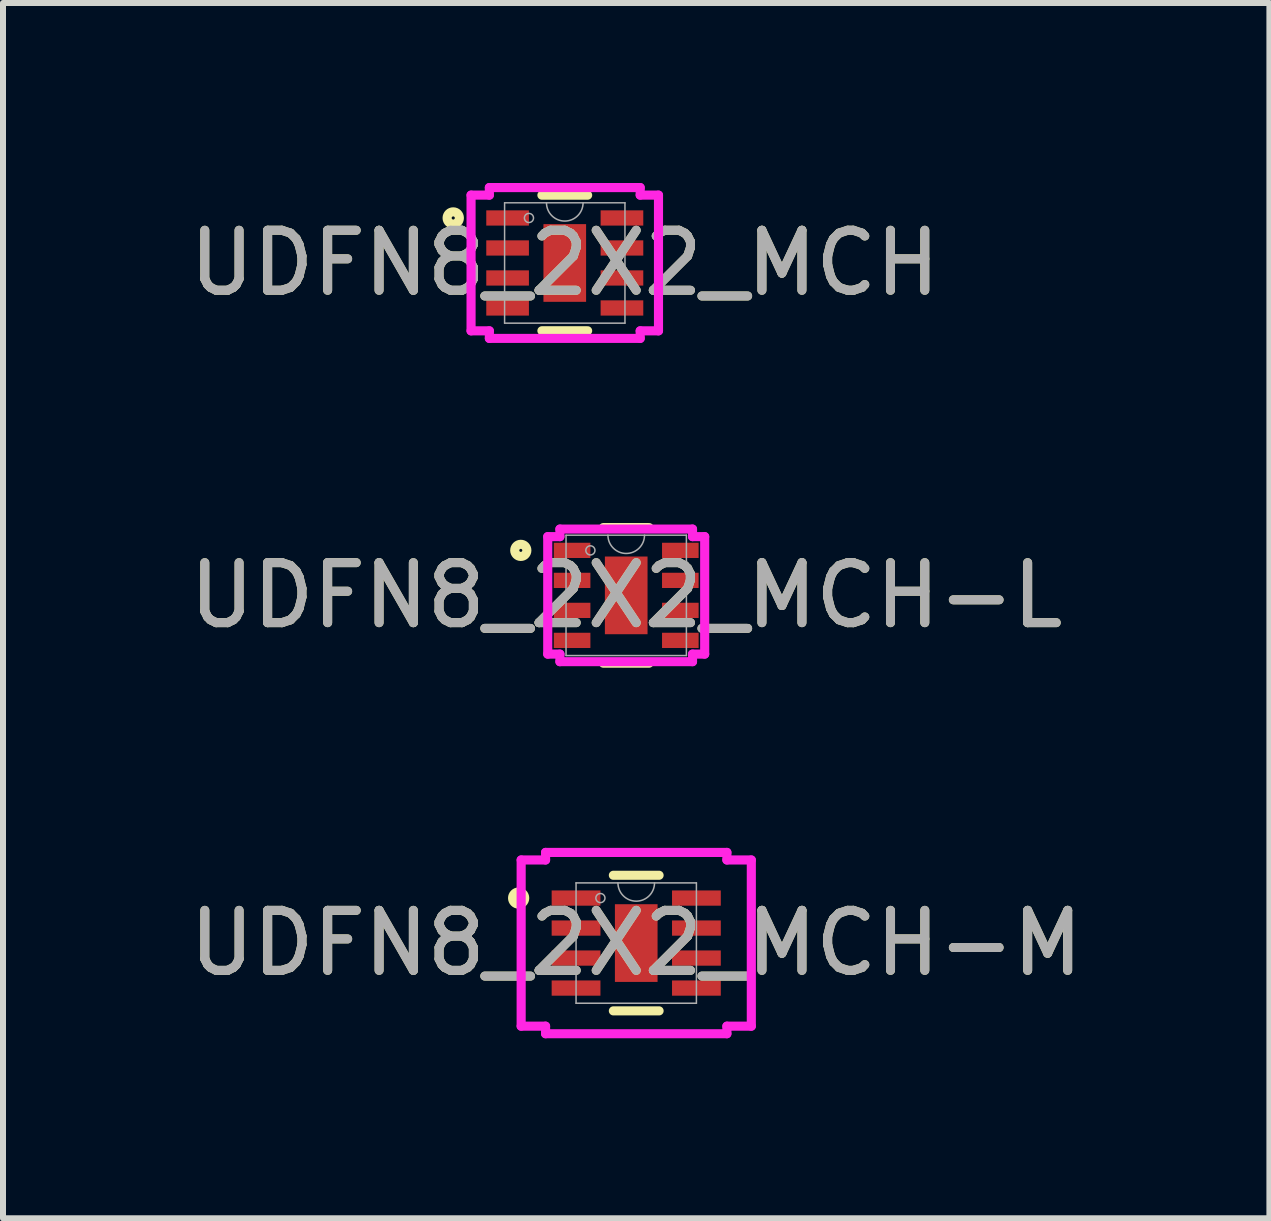
<source format=kicad_pcb>
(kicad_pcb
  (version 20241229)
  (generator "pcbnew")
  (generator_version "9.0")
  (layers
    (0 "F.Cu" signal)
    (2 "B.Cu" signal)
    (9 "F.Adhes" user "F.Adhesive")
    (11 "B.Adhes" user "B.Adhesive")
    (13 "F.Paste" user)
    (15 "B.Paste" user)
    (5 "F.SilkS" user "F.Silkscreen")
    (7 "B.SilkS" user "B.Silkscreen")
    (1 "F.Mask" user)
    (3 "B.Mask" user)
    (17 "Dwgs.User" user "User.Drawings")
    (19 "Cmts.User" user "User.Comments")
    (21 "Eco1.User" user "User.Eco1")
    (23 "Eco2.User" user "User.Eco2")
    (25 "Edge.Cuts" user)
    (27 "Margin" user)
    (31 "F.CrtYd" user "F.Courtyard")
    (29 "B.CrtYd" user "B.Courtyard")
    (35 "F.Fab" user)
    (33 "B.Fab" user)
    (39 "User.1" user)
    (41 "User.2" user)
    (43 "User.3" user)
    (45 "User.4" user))
  (footprint "UDFN8_2X2_MCH"
    (layer "F.Cu")
    (at 6.363 1.333)
    (property "Reference" "UDFN8_2X2_MCH" (at 0 0 0) (unlocked yes) (layer "F.SilkS") (effects (font (size 1 1) (thickness 0.15))))
    (attr smd)
    (fp_line (start -0.381 1.13) (end 0.381 1.13) (stroke (width 0.152) (type solid)) (layer "F.SilkS"))
    (fp_line (start 0.381 -1.13) (end -0.381 -1.13) (stroke (width 0.152) (type solid)) (layer "F.SilkS"))
    (fp_circle (center -1.859 -0.75) (end -1.757 -0.75) (stroke (width 0.152) (type solid)) (fill no) (layer "F.SilkS"))
    (fp_line (start -1.562 -1.131) (end -1.257 -1.131) (stroke (width 0.152) (type solid)) (layer "F.CrtYd"))
    (fp_line (start -1.562 1.131) (end -1.562 -1.131) (stroke (width 0.152) (type solid)) (layer "F.CrtYd"))
    (fp_line (start -1.562 1.131) (end -1.257 1.131) (stroke (width 0.152) (type solid)) (layer "F.CrtYd"))
    (fp_line (start -1.257 -1.257) (end 1.257 -1.257) (stroke (width 0.152) (type solid)) (layer "F.CrtYd"))
    (fp_line (start -1.257 -1.131) (end -1.257 -1.257) (stroke (width 0.152) (type solid)) (layer "F.CrtYd"))
    (fp_line (start -1.257 1.257) (end -1.257 1.131) (stroke (width 0.152) (type solid)) (layer "F.CrtYd"))
    (fp_line (start 1.257 -1.257) (end 1.257 -1.131) (stroke (width 0.152) (type solid)) (layer "F.CrtYd"))
    (fp_line (start 1.257 1.131) (end 1.257 1.257) (stroke (width 0.152) (type solid)) (layer "F.CrtYd"))
    (fp_line (start 1.257 1.257) (end -1.257 1.257) (stroke (width 0.152) (type solid)) (layer "F.CrtYd"))
    (fp_line (start 1.562 -1.131) (end 1.257 -1.131) (stroke (width 0.152) (type solid)) (layer "F.CrtYd"))
    (fp_line (start 1.562 -1.131) (end 1.562 1.131) (stroke (width 0.152) (type solid)) (layer "F.CrtYd"))
    (fp_line (start 1.562 1.131) (end 1.257 1.131) (stroke (width 0.152) (type solid)) (layer "F.CrtYd"))
    (fp_line (start -1.003 -1.003) (end -1.003 1.003) (stroke (width 0.025) (type solid)) (layer "F.Fab"))
    (fp_line (start -1.003 1.003) (end 1.003 1.003) (stroke (width 0.025) (type solid)) (layer "F.Fab"))
    (fp_line (start 1.003 -1.003) (end -1.003 -1.003) (stroke (width 0.025) (type solid)) (layer "F.Fab"))
    (fp_line (start 1.003 1.003) (end 1.003 -1.003) (stroke (width 0.025) (type solid)) (layer "F.Fab"))
    (fp_arc (start 0.3048 -1.0033) (mid 0 -0.6985) (end -0.3048 -1.0033) (stroke (width 0.0254) (type solid)) (layer "F.Fab"))
    (fp_circle (center -0.597 -0.75) (end -0.521 -0.75) (stroke (width 0.025) (type solid)) (fill no) (layer "F.Fab"))
    (fp_text user "${REFERENCE}" (at 0 0 0) (unlocked yes) (layer "F.Fab") (effects (font (size 1 1) (thickness 0.15))))
    (pad "1" smd rect (at -0.953 -0.75) (size 0.711 0.254) (layers "F.Cu" "F.Mask" "F.Paste"))
    (pad "2" smd rect (at -0.953 -0.25) (size 0.711 0.254) (layers "F.Cu" "F.Mask" "F.Paste"))
    (pad "3" smd rect (at -0.953 0.25) (size 0.711 0.254) (layers "F.Cu" "F.Mask" "F.Paste"))
    (pad "4" smd rect (at -0.953 0.75) (size 0.711 0.254) (layers "F.Cu" "F.Mask" "F.Paste"))
    (pad "5" smd rect (at 0.953 0.75) (size 0.711 0.254) (layers "F.Cu" "F.Mask" "F.Paste"))
    (pad "6" smd rect (at 0.953 0.25) (size 0.711 0.254) (layers "F.Cu" "F.Mask" "F.Paste"))
    (pad "7" smd rect (at 0.953 -0.25) (size 0.711 0.254) (layers "F.Cu" "F.Mask" "F.Paste"))
    (pad "8" smd rect (at 0.953 -0.75) (size 0.711 0.254) (layers "F.Cu" "F.Mask" "F.Paste"))
    (pad "9" smd rect (at 0 0) (size 0.711 1.295) (layers "F.Cu" "F.Mask" "F.Paste")))
  (footprint "UDFN8_2X2_MCH-L"
    (layer "F.Cu")
    (at 7.387 6.873)
    (property "Reference" "UDFN8_2X2_MCH-L" (at 0 0 0) (unlocked yes) (layer "F.SilkS") (effects (font (size 1 1) (thickness 0.15))))
    (attr smd)
    (fp_line (start -0.381 1.13) (end 0.381 1.13) (stroke (width 0.152) (type solid)) (layer "F.SilkS"))
    (fp_line (start 0.381 -1.13) (end -0.381 -1.13) (stroke (width 0.152) (type solid)) (layer "F.SilkS"))
    (fp_circle (center -1.757 -0.75) (end -1.656 -0.75) (stroke (width 0.152) (type solid)) (fill no) (layer "F.SilkS"))
    (fp_line (start -1.308 -0.979) (end -1.105 -0.979) (stroke (width 0.152) (type solid)) (layer "F.CrtYd"))
    (fp_line (start -1.308 0.979) (end -1.308 -0.979) (stroke (width 0.152) (type solid)) (layer "F.CrtYd"))
    (fp_line (start -1.308 0.979) (end -1.105 0.979) (stroke (width 0.152) (type solid)) (layer "F.CrtYd"))
    (fp_line (start -1.105 -1.105) (end 1.105 -1.105) (stroke (width 0.152) (type solid)) (layer "F.CrtYd"))
    (fp_line (start -1.105 -0.979) (end -1.105 -1.105) (stroke (width 0.152) (type solid)) (layer "F.CrtYd"))
    (fp_line (start -1.105 1.105) (end -1.105 0.979) (stroke (width 0.152) (type solid)) (layer "F.CrtYd"))
    (fp_line (start 1.105 -1.105) (end 1.105 -0.979) (stroke (width 0.152) (type solid)) (layer "F.CrtYd"))
    (fp_line (start 1.105 0.979) (end 1.105 1.105) (stroke (width 0.152) (type solid)) (layer "F.CrtYd"))
    (fp_line (start 1.105 1.105) (end -1.105 1.105) (stroke (width 0.152) (type solid)) (layer "F.CrtYd"))
    (fp_line (start 1.308 -0.979) (end 1.105 -0.979) (stroke (width 0.152) (type solid)) (layer "F.CrtYd"))
    (fp_line (start 1.308 -0.979) (end 1.308 0.979) (stroke (width 0.152) (type solid)) (layer "F.CrtYd"))
    (fp_line (start 1.308 0.979) (end 1.105 0.979) (stroke (width 0.152) (type solid)) (layer "F.CrtYd"))
    (fp_line (start -1.003 -1.003) (end -1.003 1.003) (stroke (width 0.025) (type solid)) (layer "F.Fab"))
    (fp_line (start -1.003 1.003) (end 1.003 1.003) (stroke (width 0.025) (type solid)) (layer "F.Fab"))
    (fp_line (start 1.003 -1.003) (end -1.003 -1.003) (stroke (width 0.025) (type solid)) (layer "F.Fab"))
    (fp_line (start 1.003 1.003) (end 1.003 -1.003) (stroke (width 0.025) (type solid)) (layer "F.Fab"))
    (fp_arc (start 0.3048 -1.0033) (mid 0 -0.6985) (end -0.3048 -1.0033) (stroke (width 0.0254) (type solid)) (layer "F.Fab"))
    (fp_circle (center -0.597 -0.75) (end -0.521 -0.75) (stroke (width 0.025) (type solid)) (fill no) (layer "F.Fab"))
    (fp_text user "${REFERENCE}" (at 0 0 0) (unlocked yes) (layer "F.Fab") (effects (font (size 1 1) (thickness 0.15))))
    (pad "1" smd rect (at -0.902 -0.75) (size 0.61 0.254) (layers "F.Cu" "F.Mask" "F.Paste"))
    (pad "2" smd rect (at -0.902 -0.25) (size 0.61 0.254) (layers "F.Cu" "F.Mask" "F.Paste"))
    (pad "3" smd rect (at -0.902 0.25) (size 0.61 0.254) (layers "F.Cu" "F.Mask" "F.Paste"))
    (pad "4" smd rect (at -0.902 0.75) (size 0.61 0.254) (layers "F.Cu" "F.Mask" "F.Paste"))
    (pad "5" smd rect (at 0.902 0.75) (size 0.61 0.254) (layers "F.Cu" "F.Mask" "F.Paste"))
    (pad "6" smd rect (at 0.902 0.25) (size 0.61 0.254) (layers "F.Cu" "F.Mask" "F.Paste"))
    (pad "7" smd rect (at 0.902 -0.25) (size 0.61 0.254) (layers "F.Cu" "F.Mask" "F.Paste"))
    (pad "8" smd rect (at 0.902 -0.75) (size 0.61 0.254) (layers "F.Cu" "F.Mask" "F.Paste"))
    (pad "9" smd rect (at 0 0) (size 0.711 1.295) (layers "F.Cu" "F.Mask" "F.Paste")))
  (footprint "UDFN8_2X2_MCH-M"
    (layer "F.Cu")
    (at 7.554 12.668)
    (property "Reference" "UDFN8_2X2_MCH-M" (at 0 0 0) (unlocked yes) (layer "F.SilkS") (effects (font (size 1 1) (thickness 0.15))))
    (attr smd)
    (fp_line (start -0.381 1.13) (end 0.381 1.13) (stroke (width 0.152) (type solid)) (layer "F.SilkS"))
    (fp_line (start 0.381 -1.13) (end -0.381 -1.13) (stroke (width 0.152) (type solid)) (layer "F.SilkS"))
    (fp_circle (center -1.96 -0.75) (end -1.859 -0.75) (stroke (width 0.152) (type solid)) (fill no) (layer "F.SilkS"))
    (fp_line (start -1.918 -1.385) (end -1.511 -1.385) (stroke (width 0.152) (type solid)) (layer "F.CrtYd"))
    (fp_line (start -1.918 1.385) (end -1.918 -1.385) (stroke (width 0.152) (type solid)) (layer "F.CrtYd"))
    (fp_line (start -1.918 1.385) (end -1.511 1.385) (stroke (width 0.152) (type solid)) (layer "F.CrtYd"))
    (fp_line (start -1.511 -1.511) (end 1.511 -1.511) (stroke (width 0.152) (type solid)) (layer "F.CrtYd"))
    (fp_line (start -1.511 -1.385) (end -1.511 -1.511) (stroke (width 0.152) (type solid)) (layer "F.CrtYd"))
    (fp_line (start -1.511 1.511) (end -1.511 1.385) (stroke (width 0.152) (type solid)) (layer "F.CrtYd"))
    (fp_line (start 1.511 -1.511) (end 1.511 -1.385) (stroke (width 0.152) (type solid)) (layer "F.CrtYd"))
    (fp_line (start 1.511 1.385) (end 1.511 1.511) (stroke (width 0.152) (type solid)) (layer "F.CrtYd"))
    (fp_line (start 1.511 1.511) (end -1.511 1.511) (stroke (width 0.152) (type solid)) (layer "F.CrtYd"))
    (fp_line (start 1.918 -1.385) (end 1.511 -1.385) (stroke (width 0.152) (type solid)) (layer "F.CrtYd"))
    (fp_line (start 1.918 -1.385) (end 1.918 1.385) (stroke (width 0.152) (type solid)) (layer "F.CrtYd"))
    (fp_line (start 1.918 1.385) (end 1.511 1.385) (stroke (width 0.152) (type solid)) (layer "F.CrtYd"))
    (fp_line (start -1.003 -1.003) (end -1.003 1.003) (stroke (width 0.025) (type solid)) (layer "F.Fab"))
    (fp_line (start -1.003 1.003) (end 1.003 1.003) (stroke (width 0.025) (type solid)) (layer "F.Fab"))
    (fp_line (start 1.003 -1.003) (end -1.003 -1.003) (stroke (width 0.025) (type solid)) (layer "F.Fab"))
    (fp_line (start 1.003 1.003) (end 1.003 -1.003) (stroke (width 0.025) (type solid)) (layer "F.Fab"))
    (fp_arc (start 0.3048 -1.0033) (mid 0 -0.6985) (end -0.3048 -1.0033) (stroke (width 0.0254) (type solid)) (layer "F.Fab"))
    (fp_circle (center -0.597 -0.75) (end -0.521 -0.75) (stroke (width 0.025) (type solid)) (fill no) (layer "F.Fab"))
    (fp_text user "${REFERENCE}" (at 0 0 0) (unlocked yes) (layer "F.Fab") (effects (font (size 1 1) (thickness 0.15))))
    (pad "1" smd rect (at -1.003 -0.75) (size 0.813 0.254) (layers "F.Cu" "F.Mask" "F.Paste"))
    (pad "2" smd rect (at -1.003 -0.25) (size 0.813 0.254) (layers "F.Cu" "F.Mask" "F.Paste"))
    (pad "3" smd rect (at -1.003 0.25) (size 0.813 0.254) (layers "F.Cu" "F.Mask" "F.Paste"))
    (pad "4" smd rect (at -1.003 0.75) (size 0.813 0.254) (layers "F.Cu" "F.Mask" "F.Paste"))
    (pad "5" smd rect (at 1.003 0.75) (size 0.813 0.254) (layers "F.Cu" "F.Mask" "F.Paste"))
    (pad "6" smd rect (at 1.003 0.25) (size 0.813 0.254) (layers "F.Cu" "F.Mask" "F.Paste"))
    (pad "7" smd rect (at 1.003 -0.25) (size 0.813 0.254) (layers "F.Cu" "F.Mask" "F.Paste"))
    (pad "8" smd rect (at 1.003 -0.75) (size 0.813 0.254) (layers "F.Cu" "F.Mask" "F.Paste"))
    (pad "9" smd rect (at 0 0) (size 0.711 1.295) (layers "F.Cu" "F.Mask" "F.Paste")))
  (gr_rect
    (start -3 -3)
    (end 18.107 17.255)
    (stroke (width 0.1) (type default))
    (fill no)
    (layer "Edge.Cuts")))
</source>
